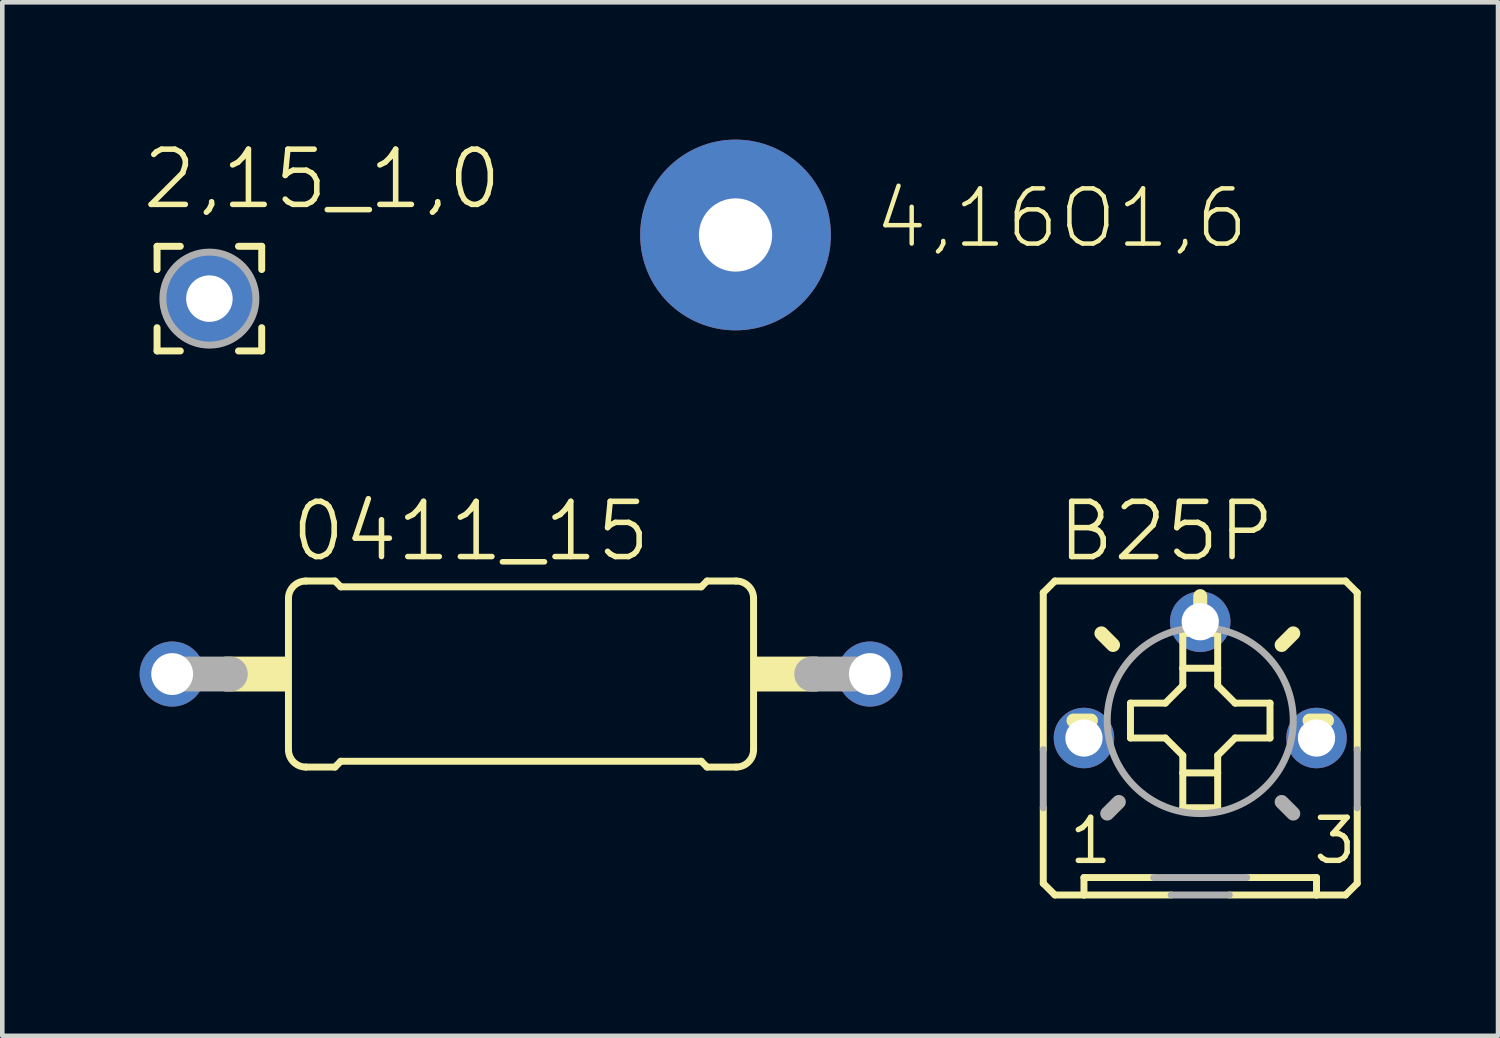
<source format=kicad_pcb>
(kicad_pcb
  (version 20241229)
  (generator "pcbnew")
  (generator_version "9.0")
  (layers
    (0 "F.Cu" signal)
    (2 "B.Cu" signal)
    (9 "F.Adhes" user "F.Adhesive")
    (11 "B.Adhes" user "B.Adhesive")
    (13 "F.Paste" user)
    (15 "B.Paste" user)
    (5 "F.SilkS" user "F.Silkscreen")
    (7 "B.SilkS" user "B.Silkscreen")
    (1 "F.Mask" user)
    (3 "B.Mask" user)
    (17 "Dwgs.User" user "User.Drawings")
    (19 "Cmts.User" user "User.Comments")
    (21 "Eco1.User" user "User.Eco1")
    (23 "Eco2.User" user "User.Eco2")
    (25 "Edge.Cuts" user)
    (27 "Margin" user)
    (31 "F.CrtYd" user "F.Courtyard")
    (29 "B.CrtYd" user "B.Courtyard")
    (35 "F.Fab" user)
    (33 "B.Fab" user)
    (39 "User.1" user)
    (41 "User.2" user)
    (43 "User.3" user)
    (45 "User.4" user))
  (footprint "2,15_1,0"
    (layer "F.Cu")
    (at 1.524 3.473)
    (property "Reference" "2,15_1,0" (at -1.524 -1.905 0) (layer "F.SilkS") (effects (font (size 1.206 1.206) (thickness 0.121)) (justify left bottom)))
    (attr through_hole)
    (fp_line (start -1.143 -1.143) (end -1.143 -0.635) (stroke (width 0.152) (type solid)) (layer "F.SilkS"))
    (fp_line (start -1.143 0.635) (end -1.143 1.143) (stroke (width 0.152) (type solid)) (layer "F.SilkS"))
    (fp_line (start -1.143 1.143) (end -0.635 1.143) (stroke (width 0.152) (type solid)) (layer "F.SilkS"))
    (fp_line (start -0.635 -1.143) (end -1.143 -1.143) (stroke (width 0.152) (type solid)) (layer "F.SilkS"))
    (fp_line (start 1.143 -1.143) (end 0.635 -1.143) (stroke (width 0.152) (type solid)) (layer "F.SilkS"))
    (fp_line (start 1.143 -0.635) (end 1.143 -1.143) (stroke (width 0.152) (type solid)) (layer "F.SilkS"))
    (fp_line (start 1.143 1.143) (end 0.635 1.143) (stroke (width 0.152) (type solid)) (layer "F.SilkS"))
    (fp_line (start 1.143 1.143) (end 1.143 0.635) (stroke (width 0.152) (type solid)) (layer "F.SilkS"))
    (fp_circle (center 0 0) (end 1.016 0) (stroke (width 0.152) (type solid)) (fill no) (layer "F.Fab"))
    (pad "1" thru_hole circle (at 0 0) (size 2.159 2.159) (drill 1.016) (layers "*.Cu" "*.Mask")))
  (footprint "4,16O1,6"
    (layer "F.Cu")
    (at 13.017 2.083)
    (property "Reference" "4,16O1,6" (at 2.98 0.34 0) (layer "F.SilkS") (effects (font (size 1.206 1.206) (thickness 0.097)) (justify left bottom)))
    (attr through_hole)
    (pad "1" thru_hole circle (at 0 0) (size 4.166 4.166) (drill 1.6) (layers "*.Cu" "*.Mask")))
  (footprint "B25P"
    (layer "F.Cu")
    (at 23.168 13.071)
    (property "Reference" "B25P" (at -3.175 -3.81 0) (layer "F.SilkS") (effects (font (size 1.206 1.206) (thickness 0.121)) (justify left bottom)))
    (attr through_hole)
    (fp_line (start -3.429 -3.175) (end -3.429 0.254) (stroke (width 0.152) (type solid)) (layer "F.SilkS"))
    (fp_line (start -3.429 1.524) (end -3.429 3.175) (stroke (width 0.152) (type solid)) (layer "F.SilkS"))
    (fp_line (start -3.175 -3.429) (end -3.429 -3.175) (stroke (width 0.152) (type solid)) (layer "F.SilkS"))
    (fp_line (start -3.175 3.429) (end -3.429 3.175) (stroke (width 0.152) (type solid)) (layer "F.SilkS"))
    (fp_line (start -3.175 3.429) (end -2.54 3.429) (stroke (width 0.152) (type solid)) (layer "F.SilkS"))
    (fp_line (start -2.54 3.048) (end -2.54 3.429) (stroke (width 0.152) (type solid)) (layer "F.SilkS"))
    (fp_line (start -2.54 3.048) (end -1.016 3.048) (stroke (width 0.152) (type solid)) (layer "F.SilkS"))
    (fp_line (start -2.54 3.429) (end -0.635 3.429) (stroke (width 0.152) (type solid)) (layer "F.SilkS"))
    (fp_line (start -2.388 -0.381) (end -2.769 -0.381) (stroke (width 0.305) (type solid)) (layer "F.SilkS"))
    (fp_line (start -1.905 -2.032) (end -2.159 -2.286) (stroke (width 0.305) (type solid)) (layer "F.SilkS"))
    (fp_line (start -1.524 -0.762) (end -1.524 0) (stroke (width 0.152) (type solid)) (layer "F.SilkS"))
    (fp_line (start -1.524 0) (end -0.762 0) (stroke (width 0.152) (type solid)) (layer "F.SilkS"))
    (fp_line (start -0.762 -0.762) (end -1.524 -0.762) (stroke (width 0.152) (type solid)) (layer "F.SilkS"))
    (fp_line (start -0.381 -2.286) (end -0.381 -1.524) (stroke (width 0.152) (type solid)) (layer "F.SilkS"))
    (fp_line (start -0.381 -1.524) (end -0.381 -1.143) (stroke (width 0.152) (type solid)) (layer "F.SilkS"))
    (fp_line (start -0.381 -1.143) (end -0.762 -0.762) (stroke (width 0.152) (type solid)) (layer "F.SilkS"))
    (fp_line (start -0.381 0.381) (end -0.762 0) (stroke (width 0.152) (type solid)) (layer "F.SilkS"))
    (fp_line (start -0.381 0.381) (end -0.381 0.762) (stroke (width 0.152) (type solid)) (layer "F.SilkS"))
    (fp_line (start -0.381 0.762) (end -0.381 1.524) (stroke (width 0.152) (type solid)) (layer "F.SilkS"))
    (fp_line (start -0.381 1.524) (end 0.381 1.524) (stroke (width 0.152) (type solid)) (layer "F.SilkS"))
    (fp_line (start 0 -2.718) (end 0 -3.099) (stroke (width 0.305) (type solid)) (layer "F.SilkS"))
    (fp_line (start 0.381 -2.286) (end -0.381 -2.286) (stroke (width 0.152) (type solid)) (layer "F.SilkS"))
    (fp_line (start 0.381 -1.524) (end -0.381 -1.524) (stroke (width 0.152) (type solid)) (layer "F.SilkS"))
    (fp_line (start 0.381 -1.524) (end 0.381 -2.286) (stroke (width 0.152) (type solid)) (layer "F.SilkS"))
    (fp_line (start 0.381 -1.143) (end 0.381 -1.524) (stroke (width 0.152) (type solid)) (layer "F.SilkS"))
    (fp_line (start 0.381 0.381) (end 0.762 0) (stroke (width 0.152) (type solid)) (layer "F.SilkS"))
    (fp_line (start 0.381 0.762) (end -0.381 0.762) (stroke (width 0.152) (type solid)) (layer "F.SilkS"))
    (fp_line (start 0.381 0.762) (end 0.381 0.381) (stroke (width 0.152) (type solid)) (layer "F.SilkS"))
    (fp_line (start 0.381 1.524) (end 0.381 0.762) (stroke (width 0.152) (type solid)) (layer "F.SilkS"))
    (fp_line (start 0.635 3.429) (end 2.54 3.429) (stroke (width 0.152) (type solid)) (layer "F.SilkS"))
    (fp_line (start 0.762 -0.762) (end 0.381 -1.143) (stroke (width 0.152) (type solid)) (layer "F.SilkS"))
    (fp_line (start 0.762 0) (end 1.524 0) (stroke (width 0.152) (type solid)) (layer "F.SilkS"))
    (fp_line (start 1.016 3.048) (end 2.54 3.048) (stroke (width 0.152) (type solid)) (layer "F.SilkS"))
    (fp_line (start 1.524 -0.762) (end 0.762 -0.762) (stroke (width 0.152) (type solid)) (layer "F.SilkS"))
    (fp_line (start 1.524 0) (end 1.524 -0.762) (stroke (width 0.152) (type solid)) (layer "F.SilkS"))
    (fp_line (start 1.778 -2.032) (end 2.032 -2.286) (stroke (width 0.305) (type solid)) (layer "F.SilkS"))
    (fp_line (start 2.388 -0.381) (end 2.769 -0.381) (stroke (width 0.305) (type solid)) (layer "F.SilkS"))
    (fp_line (start 2.54 3.429) (end 2.54 3.048) (stroke (width 0.152) (type solid)) (layer "F.SilkS"))
    (fp_line (start 2.54 3.429) (end 3.175 3.429) (stroke (width 0.152) (type solid)) (layer "F.SilkS"))
    (fp_line (start 3.175 -3.429) (end -3.175 -3.429) (stroke (width 0.152) (type solid)) (layer "F.SilkS"))
    (fp_line (start 3.175 -3.429) (end 3.429 -3.175) (stroke (width 0.152) (type solid)) (layer "F.SilkS"))
    (fp_line (start 3.175 3.429) (end 3.429 3.175) (stroke (width 0.152) (type solid)) (layer "F.SilkS"))
    (fp_line (start 3.429 0.254) (end 3.429 -3.175) (stroke (width 0.152) (type solid)) (layer "F.SilkS"))
    (fp_line (start 3.429 3.175) (end 3.429 1.524) (stroke (width 0.152) (type solid)) (layer "F.SilkS"))
    (fp_line (start -3.429 0.254) (end -3.429 1.524) (stroke (width 0.152) (type solid)) (layer "F.Fab"))
    (fp_line (start -1.778 1.397) (end -2.032 1.651) (stroke (width 0.305) (type solid)) (layer "F.Fab"))
    (fp_line (start -1.016 3.048) (end 1.016 3.048) (stroke (width 0.152) (type solid)) (layer "F.Fab"))
    (fp_line (start -0.635 3.429) (end 0.635 3.429) (stroke (width 0.152) (type solid)) (layer "F.Fab"))
    (fp_line (start 1.778 1.397) (end 2.032 1.651) (stroke (width 0.305) (type solid)) (layer "F.Fab"))
    (fp_line (start 3.429 1.524) (end 3.429 0.254) (stroke (width 0.152) (type solid)) (layer "F.Fab"))
    (fp_circle (center 0 -0.381) (end 2.032 -0.381) (stroke (width 0.152) (type solid)) (fill no) (layer "F.Fab"))
    (fp_text user "1" (at -2.921 2.794 0) (layer "F.SilkS") (effects (font (size 0.941 0.941) (thickness 0.119)) (justify left bottom)))
    (fp_text user "3" (at 2.413 2.794 0) (layer "F.SilkS") (effects (font (size 0.941 0.941) (thickness 0.119)) (justify left bottom)))
    (pad "A" thru_hole circle (at -2.54 0) (size 1.321 1.321) (drill 0.813) (layers "*.Cu" "*.Mask"))
    (pad "E" thru_hole circle (at 2.54 0) (size 1.321 1.321) (drill 0.813) (layers "*.Cu" "*.Mask"))
    (pad "S" thru_hole circle (at 0 -2.54) (size 1.321 1.321) (drill 0.813) (layers "*.Cu" "*.Mask")))
  (footprint "0411_15"
    (layer "F.Cu")
    (at 8.331 11.674)
    (property "Reference" "0411_15" (at -5.08 -2.413 0) (layer "F.SilkS") (effects (font (size 1.206 1.206) (thickness 0.121)) (justify left bottom)))
    (attr through_hole)
    (fp_line (start -5.08 -1.651) (end -5.08 1.651) (stroke (width 0.152) (type solid)) (layer "F.SilkS"))
    (fp_line (start -4.699 -2.032) (end -4.064 -2.032) (stroke (width 0.152) (type solid)) (layer "F.SilkS"))
    (fp_line (start -4.699 2.032) (end -4.064 2.032) (stroke (width 0.152) (type solid)) (layer "F.SilkS"))
    (fp_line (start -3.937 -1.905) (end -4.064 -2.032) (stroke (width 0.152) (type solid)) (layer "F.SilkS"))
    (fp_line (start -3.937 -1.905) (end 3.937 -1.905) (stroke (width 0.152) (type solid)) (layer "F.SilkS"))
    (fp_line (start -3.937 1.905) (end -4.064 2.032) (stroke (width 0.152) (type solid)) (layer "F.SilkS"))
    (fp_line (start -3.937 1.905) (end 3.937 1.905) (stroke (width 0.152) (type solid)) (layer "F.SilkS"))
    (fp_line (start 3.937 -1.905) (end 4.064 -2.032) (stroke (width 0.152) (type solid)) (layer "F.SilkS"))
    (fp_line (start 3.937 1.905) (end 4.064 2.032) (stroke (width 0.152) (type solid)) (layer "F.SilkS"))
    (fp_line (start 4.699 -2.032) (end 4.064 -2.032) (stroke (width 0.152) (type solid)) (layer "F.SilkS"))
    (fp_line (start 4.699 2.032) (end 4.064 2.032) (stroke (width 0.152) (type solid)) (layer "F.SilkS"))
    (fp_line (start 5.08 1.651) (end 5.08 -1.651) (stroke (width 0.152) (type solid)) (layer "F.SilkS"))
    (fp_arc (start -5.08 -1.651) (mid -4.968408 -1.920408) (end -4.699 -2.032) (stroke (width 0.1524) (type solid)) (layer "F.SilkS"))
    (fp_arc (start -4.699 2.032) (mid -4.968408 1.920408) (end -5.08 1.651) (stroke (width 0.1524) (type solid)) (layer "F.SilkS"))
    (fp_arc (start 4.699 -2.032) (mid 4.968408 -1.920408) (end 5.08 -1.651) (stroke (width 0.1524) (type solid)) (layer "F.SilkS"))
    (fp_arc (start 5.08 1.651) (mid 4.968408 1.920408) (end 4.699 2.032) (stroke (width 0.1524) (type solid)) (layer "F.SilkS"))
    (fp_poly (pts (xy -6.477 0.381) (xy -5.08 0.381) (xy -5.08 -0.381) (xy -6.477 -0.381)) (stroke (width 0) (type solid)) (fill yes) (layer "F.SilkS"))
    (fp_poly (pts (xy 5.08 0.381) (xy 6.477 0.381) (xy 6.477 -0.381) (xy 5.08 -0.381)) (stroke (width 0) (type solid)) (fill yes) (layer "F.SilkS"))
    (fp_line (start -7.62 0) (end -6.35 0) (stroke (width 0.762) (type solid)) (layer "F.Fab"))
    (fp_line (start 6.35 0) (end 7.62 0) (stroke (width 0.762) (type solid)) (layer "F.Fab"))
    (pad "1" thru_hole circle (at -7.62 0) (size 1.422 1.422) (drill 0.914) (layers "*.Cu" "*.Mask"))
    (pad "2" thru_hole circle (at 7.62 0) (size 1.422 1.422) (drill 0.914) (layers "*.Cu" "*.Mask")))
  (gr_rect
    (start -3 -3)
    (end 29.673 19.576)
    (stroke (width 0.1) (type default))
    (fill no)
    (layer "Edge.Cuts")))
</source>
